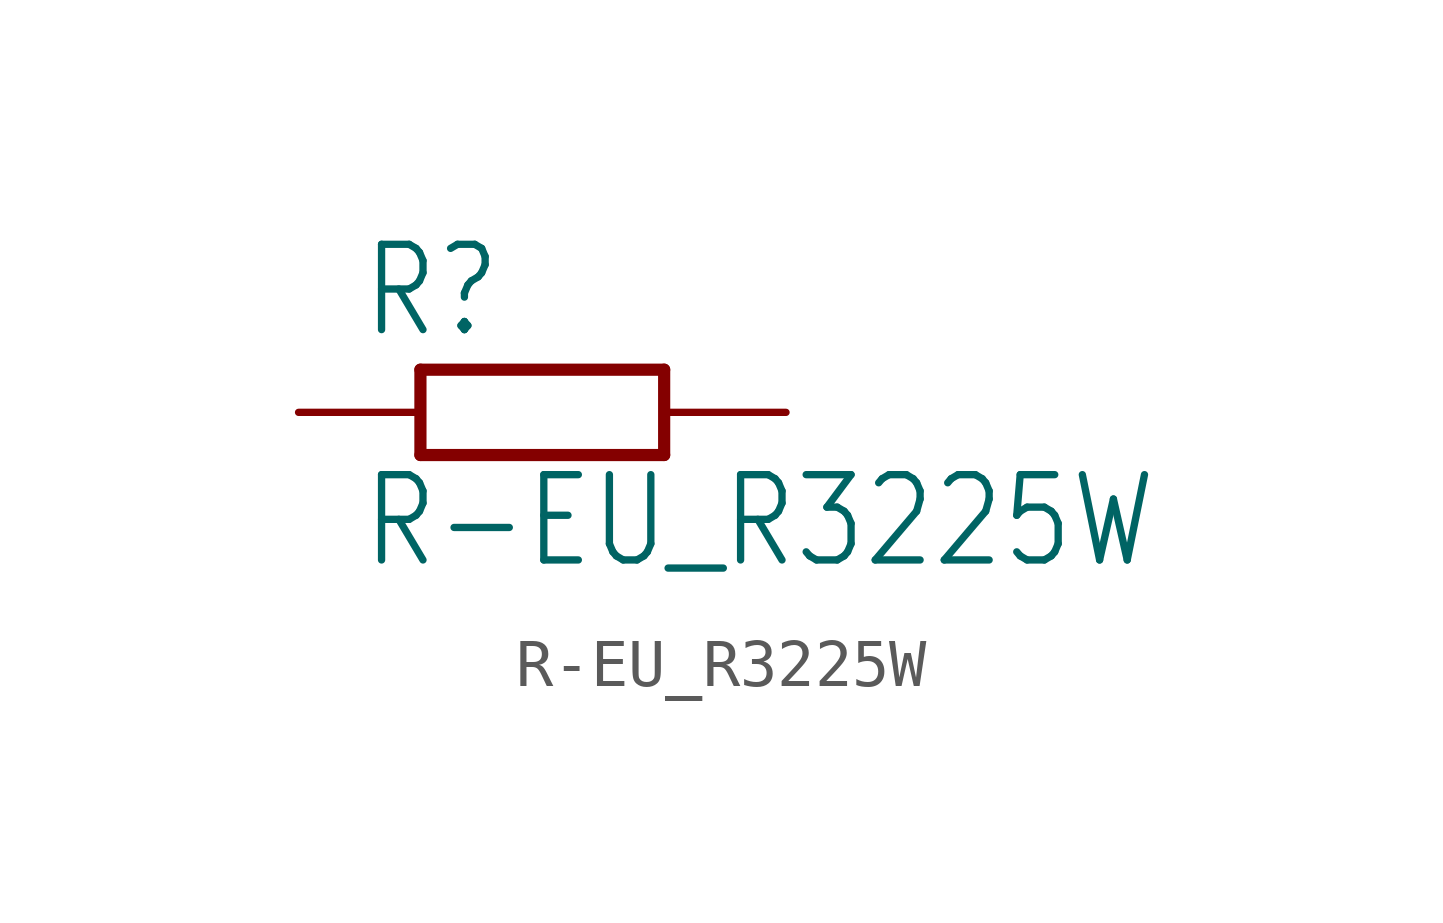
<source format=kicad_sym>
(kicad_symbol_lib
  (version 20210619)
  (generator kicad_symbol_editor)
  (symbol "R-EU_R3225W"
    (property "Reference" "R"
      (at -3.81 1.499 0)
      (effects (font (size 1.778 1.511)) (justify left bottom)))
    (property "Value" "R-EU_R3225W"
      (at -3.81 -3.302 0)
      (effects (font (size 1.778 1.511)) (justify left bottom)))
    (property "ki_locked" ""
      (at 0 0 0)
      (effects (font (size 1.27 1.27))))
    (symbol "R-EU_R3225W_1_0"
      (polyline (pts (xy -2.54 -0.889) (xy -2.54 0.889)) (stroke (width 0.254)) (fill (type none)))
      (polyline (pts (xy -2.54 -0.889) (xy 2.54 -0.889)) (stroke (width 0.254)) (fill (type none)))
      (polyline (pts (xy 2.54 -0.889) (xy 2.54 0.889)) (stroke (width 0.254)) (fill (type none)))
      (polyline (pts (xy 2.54 0.889) (xy -2.54 0.889)) (stroke (width 0.254)) (fill (type none)))
      (pin passive line (at -5.08 0 0) (length 2.54) (name "1" (effects (font (size 0 0)))) (number "1" (effects (font (size 0 0)))))
      (pin passive line (at 5.08 0 180) (length 2.54) (name "2" (effects (font (size 0 0)))) (number "2" (effects (font (size 0 0))))))))
</source>
